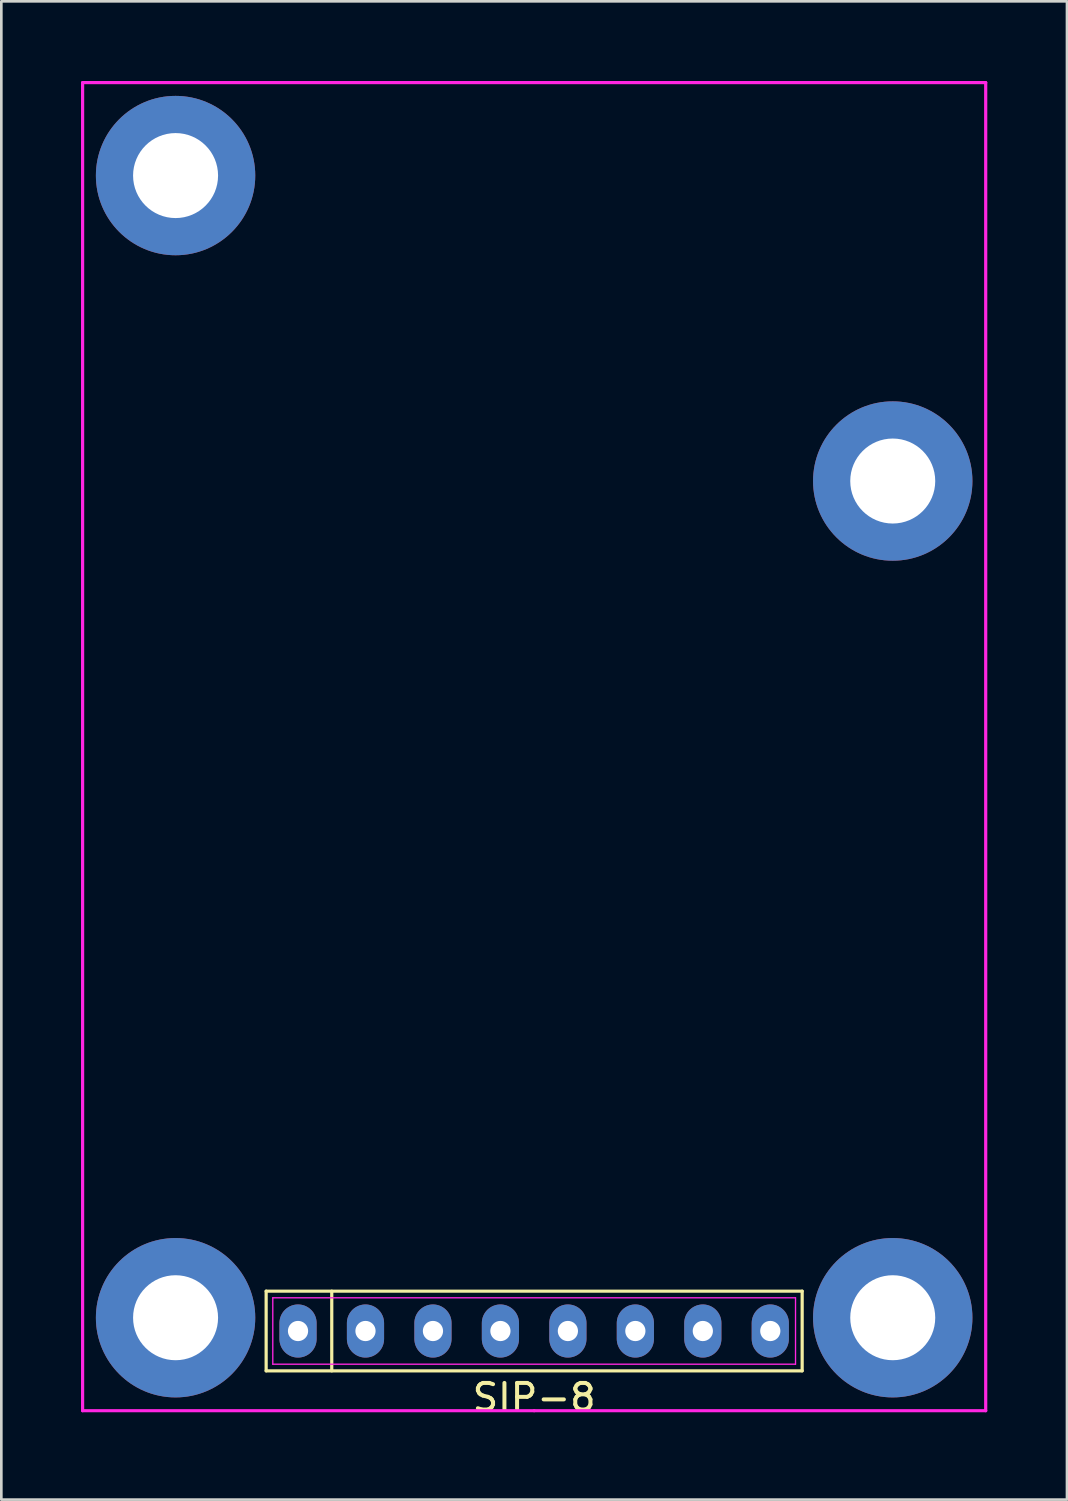
<source format=kicad_pcb>
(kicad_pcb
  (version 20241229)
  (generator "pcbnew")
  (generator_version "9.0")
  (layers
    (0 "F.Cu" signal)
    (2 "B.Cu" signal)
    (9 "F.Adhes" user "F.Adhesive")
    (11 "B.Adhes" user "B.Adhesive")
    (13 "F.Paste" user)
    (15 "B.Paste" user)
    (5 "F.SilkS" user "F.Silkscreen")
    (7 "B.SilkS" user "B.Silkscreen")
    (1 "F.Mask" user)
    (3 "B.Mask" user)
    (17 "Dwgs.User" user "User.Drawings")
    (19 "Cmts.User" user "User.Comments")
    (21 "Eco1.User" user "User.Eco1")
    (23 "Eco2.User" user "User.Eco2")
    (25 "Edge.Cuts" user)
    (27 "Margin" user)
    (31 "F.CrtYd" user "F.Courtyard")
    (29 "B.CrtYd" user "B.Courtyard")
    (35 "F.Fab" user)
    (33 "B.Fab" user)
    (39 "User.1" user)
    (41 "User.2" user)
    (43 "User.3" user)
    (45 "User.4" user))
  (footprint "SIP-8"
    (layer "F.Cu")
    (at 17.06 47.06)
    (property "Reference" "SIP-8" (at 0 2.5 0) (layer "F.SilkS") (effects (font (size 1 1) (thickness 0.15))))
    (attr through_hole)
    (fp_line (start -10.09 -1.5) (end 10.09 -1.5) (stroke (width 0.12) (type solid)) (layer "F.SilkS"))
    (fp_line (start -10.09 1.5) (end -10.09 -1.5) (stroke (width 0.12) (type solid)) (layer "F.SilkS"))
    (fp_line (start -7.62 -1.5) (end -7.62 1.5) (stroke (width 0.12) (type solid)) (layer "F.SilkS"))
    (fp_line (start 10.09 -1.5) (end 10.09 1.5) (stroke (width 0.12) (type solid)) (layer "F.SilkS"))
    (fp_line (start 10.09 1.5) (end -10.09 1.5) (stroke (width 0.12) (type solid)) (layer "F.SilkS"))
    (fp_line (start -17 -47) (end -17 3) (stroke (width 0.12) (type solid)) (layer "F.CrtYd"))
    (fp_line (start -17 3) (end 0 3) (stroke (width 0.12) (type solid)) (layer "F.CrtYd"))
    (fp_line (start -9.84 -1.25) (end 9.84 -1.25) (stroke (width 0.05) (type solid)) (layer "F.CrtYd"))
    (fp_line (start -9.84 1.25) (end -9.84 -1.25) (stroke (width 0.05) (type solid)) (layer "F.CrtYd"))
    (fp_line (start 0 3) (end 17 3) (stroke (width 0.12) (type solid)) (layer "F.CrtYd"))
    (fp_line (start 9.84 -1.25) (end 9.84 1.25) (stroke (width 0.05) (type solid)) (layer "F.CrtYd"))
    (fp_line (start 9.84 1.25) (end -9.84 1.25) (stroke (width 0.05) (type solid)) (layer "F.CrtYd"))
    (fp_line (start 17 -47) (end -17 -47) (stroke (width 0.12) (type solid)) (layer "F.CrtYd"))
    (fp_line (start 17 3) (end 17 -47) (stroke (width 0.12) (type solid)) (layer "F.CrtYd"))
    (pad "" thru_hole circle (at -13.5 -43.5) (size 6 6) (drill 3.2) (layers "*.Cu" "*.Mask"))
    (pad "" thru_hole circle (at -13.5 -0.5) (size 6 6) (drill 3.2) (layers "*.Cu" "*.Mask"))
    (pad "" thru_hole circle (at 13.5 -32) (size 6 6) (drill 3.2) (layers "*.Cu" "*.Mask"))
    (pad "" thru_hole circle (at 13.5 -0.5) (size 6 6) (drill 3.2) (layers "*.Cu" "*.Mask"))
    (pad "1" thru_hole oval (at -8.89 0) (size 1.4 2) (drill 0.762) (layers "*.Cu" "*.Mask"))
    (pad "2" thru_hole oval (at -6.35 0) (size 1.4 2) (drill 0.762) (layers "*.Cu" "*.Mask"))
    (pad "3" thru_hole oval (at -3.81 0) (size 1.4 2) (drill 0.762) (layers "*.Cu" "*.Mask"))
    (pad "4" thru_hole oval (at -1.27 0) (size 1.4 2) (drill 0.762) (layers "*.Cu" "*.Mask"))
    (pad "5" thru_hole oval (at 1.27 0) (size 1.4 2) (drill 0.762) (layers "*.Cu" "*.Mask"))
    (pad "6" thru_hole oval (at 3.81 0) (size 1.4 2) (drill 0.762) (layers "*.Cu" "*.Mask"))
    (pad "7" thru_hole oval (at 6.35 0) (size 1.4 2) (drill 0.762) (layers "*.Cu" "*.Mask"))
    (pad "8" thru_hole oval (at 8.89 0) (size 1.4 2) (drill 0.762) (layers "*.Cu" "*.Mask")))
  (gr_rect
    (start -3 -3)
    (end 37.12 53.408)
    (stroke (width 0.1) (type default))
    (fill no)
    (layer "Edge.Cuts")))
</source>
